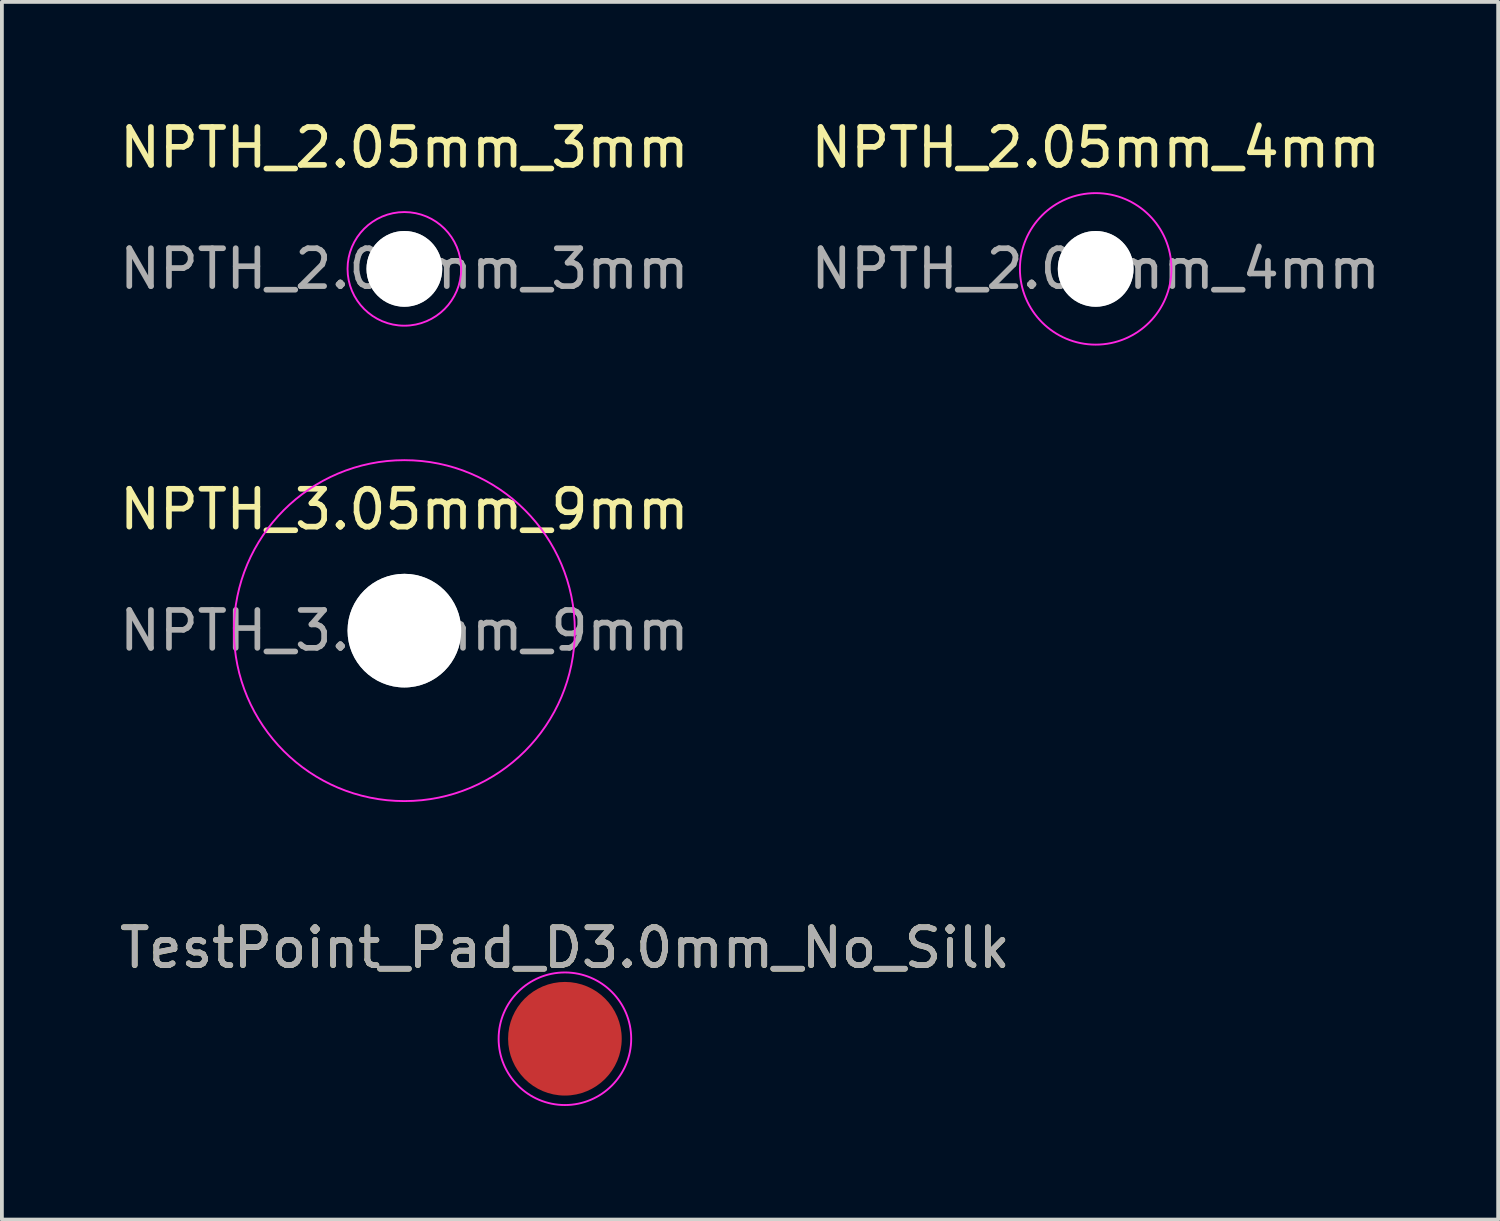
<source format=kicad_pcb>
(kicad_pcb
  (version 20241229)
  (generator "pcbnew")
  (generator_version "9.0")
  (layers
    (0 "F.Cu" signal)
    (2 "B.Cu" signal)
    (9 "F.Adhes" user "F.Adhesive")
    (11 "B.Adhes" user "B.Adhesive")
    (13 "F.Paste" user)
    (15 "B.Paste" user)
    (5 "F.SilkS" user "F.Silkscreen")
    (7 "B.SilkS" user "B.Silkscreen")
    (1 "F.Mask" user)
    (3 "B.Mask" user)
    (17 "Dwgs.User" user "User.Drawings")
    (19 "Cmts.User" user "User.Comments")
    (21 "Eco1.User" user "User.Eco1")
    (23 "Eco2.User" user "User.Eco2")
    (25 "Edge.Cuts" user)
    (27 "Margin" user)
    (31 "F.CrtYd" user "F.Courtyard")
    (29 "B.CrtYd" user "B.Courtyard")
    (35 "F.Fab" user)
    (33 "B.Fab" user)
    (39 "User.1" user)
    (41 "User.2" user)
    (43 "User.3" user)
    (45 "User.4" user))
  (footprint "NPTH_2.05mm_4mm"
    (layer "F.Cu")
    (at 25.875 4.048)
    (property "Reference" "NPTH_2.05mm_4mm" (at 0 -3.2 0) (layer "F.SilkS") (effects (font (size 1 1) (thickness 0.15))))
    (attr through_hole exclude_from_pos_files exclude_from_bom)
    (fp_circle (center 0 0) (end 2 0) (stroke (width 0.05) (type solid)) (fill no) (layer "F.CrtYd"))
    (fp_text user "${REFERENCE}" (at 0 0 0) (layer "F.Fab") (effects (font (size 1 1) (thickness 0.15))))
    (pad "" np_thru_hole circle (at 0 0) (size 2 2) (drill 2.05) (layers "Dwgs.User")))
  (footprint "NPTH_2.05mm_3mm"
    (layer "F.Cu")
    (at 7.625 4.048)
    (property "Reference" "NPTH_2.05mm_3mm" (at 0 -3.2 0) (layer "F.SilkS") (effects (font (size 1 1) (thickness 0.15))))
    (attr through_hole exclude_from_pos_files exclude_from_bom)
    (fp_circle (center 0 0) (end 1.5 0) (stroke (width 0.05) (type solid)) (fill no) (layer "F.CrtYd"))
    (fp_text user "${REFERENCE}" (at 0 0 0) (layer "F.Fab") (effects (font (size 1 1) (thickness 0.15))))
    (pad "" np_thru_hole circle (at 0 0) (size 2 2) (drill 2.05) (layers "Dwgs.User")))
  (footprint "TestPoint_Pad_D3.0mm_No_Silk"
    (layer "F.Cu")
    (at 11.863 24.372)
    (property "Reference" "TestPoint_Pad_D3.0mm_No_Silk" (at 0 -2.398 0) (layer "F.SilkS") (effects (font (size 1 1) (thickness 0.15))))
    (attr exclude_from_pos_files exclude_from_bom)
    (fp_circle (center 0 0) (end 1.75 0) (stroke (width 0.05) (type solid)) (fill no) (layer "F.CrtYd"))
    (fp_text user "${REFERENCE}" (at 0 -2.4 0) (layer "F.Fab") (effects (font (size 1 1) (thickness 0.15))))
    (pad "1" smd circle (at 0 0) (size 3 3) (property pad_prop_testpoint) (layers "F.Cu" "F.Mask")))
  (footprint "NPTH_3.05mm_9mm"
    (layer "F.Cu")
    (at 7.625 13.598)
    (property "Reference" "NPTH_3.05mm_9mm" (at 0 -3.2 0) (layer "F.SilkS") (effects (font (size 1 1) (thickness 0.15))))
    (attr through_hole exclude_from_pos_files exclude_from_bom)
    (fp_circle (center 0 0) (end 4.5 0) (stroke (width 0.05) (type solid)) (fill no) (layer "F.CrtYd"))
    (fp_text user "${REFERENCE}" (at 0 0 0) (layer "F.Fab") (effects (font (size 1 1) (thickness 0.15))))
    (pad "" np_thru_hole circle (at 0 0) (size 3 3) (drill 3.05) (layers "Dwgs.User")))
  (gr_rect
    (start -3 -3)
    (end 36.5 29.146)
    (stroke (width 0.1) (type default))
    (fill no)
    (layer "Edge.Cuts")))
</source>
